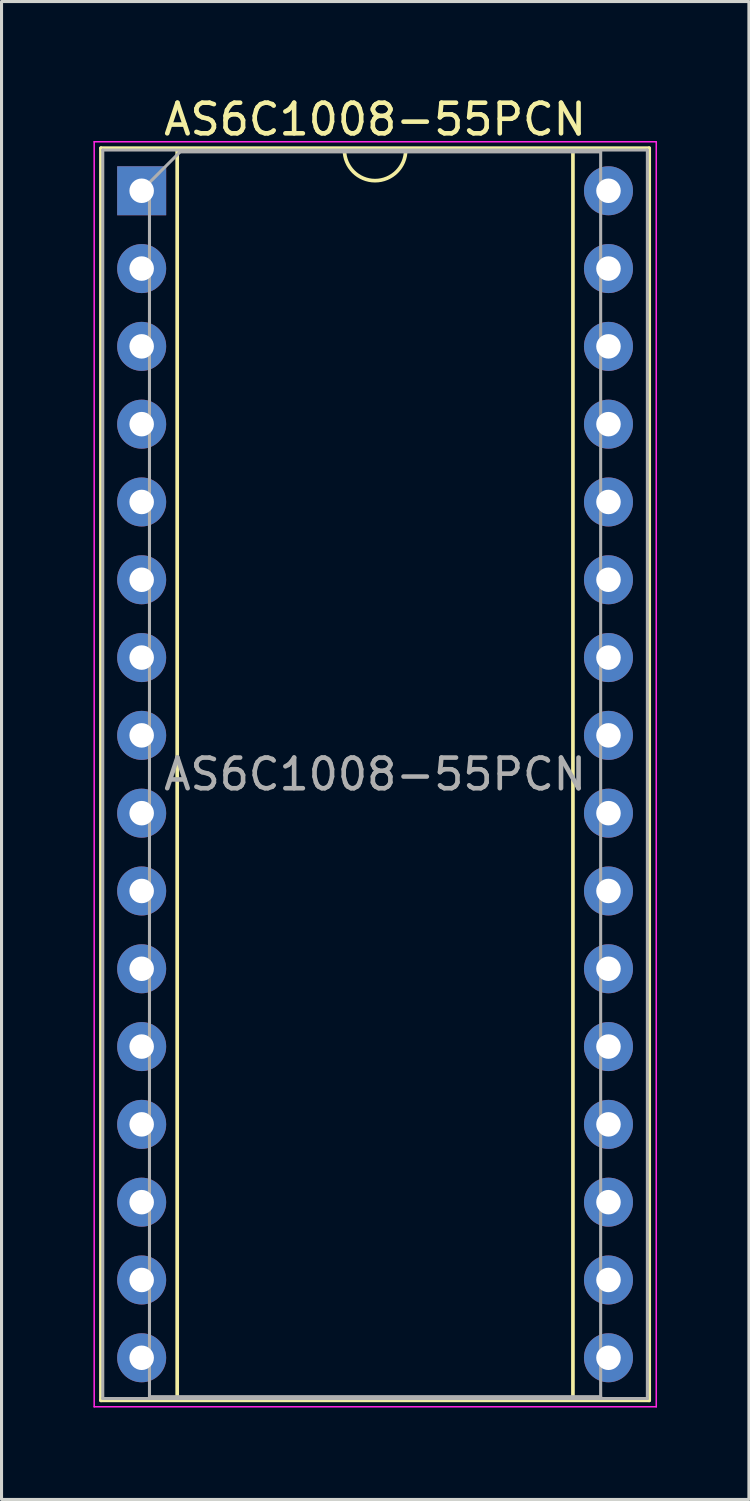
<source format=kicad_pcb>
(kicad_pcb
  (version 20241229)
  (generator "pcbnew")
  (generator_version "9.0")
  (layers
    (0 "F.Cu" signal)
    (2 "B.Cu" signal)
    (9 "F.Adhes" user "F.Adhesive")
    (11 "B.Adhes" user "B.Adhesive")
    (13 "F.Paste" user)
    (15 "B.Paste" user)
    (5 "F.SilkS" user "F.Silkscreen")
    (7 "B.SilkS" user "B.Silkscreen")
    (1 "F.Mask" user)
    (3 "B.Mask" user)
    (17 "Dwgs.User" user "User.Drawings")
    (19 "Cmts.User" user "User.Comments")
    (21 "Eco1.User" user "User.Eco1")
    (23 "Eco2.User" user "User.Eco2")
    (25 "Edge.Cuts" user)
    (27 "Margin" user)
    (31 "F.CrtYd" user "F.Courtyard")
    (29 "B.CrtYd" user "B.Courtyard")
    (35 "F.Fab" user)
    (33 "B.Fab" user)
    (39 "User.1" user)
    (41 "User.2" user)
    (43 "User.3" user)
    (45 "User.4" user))
  (footprint "AS6C1008-55PCN"
    (layer "F.Cu")
    (at 1.575 3.178)
    (property "Reference" "AS6C1008-55PCN" (at 7.62 -2.33 0) (layer "F.SilkS") (effects (font (size 1 1) (thickness 0.15))))
    (attr through_hole)
    (fp_line (start -1.33 -1.39) (end -1.33 39.49) (stroke (width 0.12) (type solid)) (layer "F.SilkS"))
    (fp_line (start -1.33 39.49) (end 16.57 39.49) (stroke (width 0.12) (type solid)) (layer "F.SilkS"))
    (fp_line (start 1.16 -1.33) (end 1.16 39.43) (stroke (width 0.12) (type solid)) (layer "F.SilkS"))
    (fp_line (start 1.16 39.43) (end 14.08 39.43) (stroke (width 0.12) (type solid)) (layer "F.SilkS"))
    (fp_line (start 6.62 -1.33) (end 1.16 -1.33) (stroke (width 0.12) (type solid)) (layer "F.SilkS"))
    (fp_line (start 14.08 -1.33) (end 8.62 -1.33) (stroke (width 0.12) (type solid)) (layer "F.SilkS"))
    (fp_line (start 14.08 39.43) (end 14.08 -1.33) (stroke (width 0.12) (type solid)) (layer "F.SilkS"))
    (fp_line (start 16.57 -1.39) (end -1.33 -1.39) (stroke (width 0.12) (type solid)) (layer "F.SilkS"))
    (fp_line (start 16.57 39.49) (end 16.57 -1.39) (stroke (width 0.12) (type solid)) (layer "F.SilkS"))
    (fp_arc (start 8.62 -1.33) (mid 7.62 -0.33) (end 6.62 -1.33) (stroke (width 0.12) (type solid)) (layer "F.SilkS"))
    (fp_line (start -1.55 -1.6) (end -1.55 39.7) (stroke (width 0.05) (type solid)) (layer "F.CrtYd"))
    (fp_line (start -1.55 39.7) (end 16.8 39.7) (stroke (width 0.05) (type solid)) (layer "F.CrtYd"))
    (fp_line (start 16.8 -1.6) (end -1.55 -1.6) (stroke (width 0.05) (type solid)) (layer "F.CrtYd"))
    (fp_line (start 16.8 39.7) (end 16.8 -1.6) (stroke (width 0.05) (type solid)) (layer "F.CrtYd"))
    (fp_line (start -1.27 -1.33) (end -1.27 39.43) (stroke (width 0.1) (type solid)) (layer "F.Fab"))
    (fp_line (start -1.27 39.43) (end 16.51 39.43) (stroke (width 0.1) (type solid)) (layer "F.Fab"))
    (fp_line (start 0.255 -0.27) (end 1.255 -1.27) (stroke (width 0.1) (type solid)) (layer "F.Fab"))
    (fp_line (start 0.255 39.37) (end 0.255 -0.27) (stroke (width 0.1) (type solid)) (layer "F.Fab"))
    (fp_line (start 1.255 -1.27) (end 14.985 -1.27) (stroke (width 0.1) (type solid)) (layer "F.Fab"))
    (fp_line (start 14.985 -1.27) (end 14.985 39.37) (stroke (width 0.1) (type solid)) (layer "F.Fab"))
    (fp_line (start 14.985 39.37) (end 0.255 39.37) (stroke (width 0.1) (type solid)) (layer "F.Fab"))
    (fp_line (start 16.51 -1.33) (end -1.27 -1.33) (stroke (width 0.1) (type solid)) (layer "F.Fab"))
    (fp_line (start 16.51 39.43) (end 16.51 -1.33) (stroke (width 0.1) (type solid)) (layer "F.Fab"))
    (fp_text user "${REFERENCE}" (at 7.62 19.05 0) (layer "F.Fab") (effects (font (size 1 1) (thickness 0.15))))
    (pad "1" thru_hole rect (at 0 0) (size 1.6 1.6) (drill 0.8) (layers "*.Cu" "*.Mask"))
    (pad "2" thru_hole oval (at 0 2.54) (size 1.6 1.6) (drill 0.8) (layers "*.Cu" "*.Mask"))
    (pad "3" thru_hole oval (at 0 5.08) (size 1.6 1.6) (drill 0.8) (layers "*.Cu" "*.Mask"))
    (pad "4" thru_hole oval (at 0 7.62) (size 1.6 1.6) (drill 0.8) (layers "*.Cu" "*.Mask"))
    (pad "5" thru_hole oval (at 0 10.16) (size 1.6 1.6) (drill 0.8) (layers "*.Cu" "*.Mask"))
    (pad "6" thru_hole oval (at 0 12.7) (size 1.6 1.6) (drill 0.8) (layers "*.Cu" "*.Mask"))
    (pad "7" thru_hole oval (at 0 15.24) (size 1.6 1.6) (drill 0.8) (layers "*.Cu" "*.Mask"))
    (pad "8" thru_hole oval (at 0 17.78) (size 1.6 1.6) (drill 0.8) (layers "*.Cu" "*.Mask"))
    (pad "9" thru_hole oval (at 0 20.32) (size 1.6 1.6) (drill 0.8) (layers "*.Cu" "*.Mask"))
    (pad "10" thru_hole oval (at 0 22.86) (size 1.6 1.6) (drill 0.8) (layers "*.Cu" "*.Mask"))
    (pad "11" thru_hole oval (at 0 25.4) (size 1.6 1.6) (drill 0.8) (layers "*.Cu" "*.Mask"))
    (pad "12" thru_hole oval (at 0 27.94) (size 1.6 1.6) (drill 0.8) (layers "*.Cu" "*.Mask"))
    (pad "13" thru_hole oval (at 0 30.48) (size 1.6 1.6) (drill 0.8) (layers "*.Cu" "*.Mask"))
    (pad "14" thru_hole oval (at 0 33.02) (size 1.6 1.6) (drill 0.8) (layers "*.Cu" "*.Mask"))
    (pad "15" thru_hole oval (at 0 35.56) (size 1.6 1.6) (drill 0.8) (layers "*.Cu" "*.Mask"))
    (pad "16" thru_hole oval (at 0 38.1) (size 1.6 1.6) (drill 0.8) (layers "*.Cu" "*.Mask"))
    (pad "17" thru_hole oval (at 15.24 38.1) (size 1.6 1.6) (drill 0.8) (layers "*.Cu" "*.Mask"))
    (pad "18" thru_hole oval (at 15.24 35.56) (size 1.6 1.6) (drill 0.8) (layers "*.Cu" "*.Mask"))
    (pad "19" thru_hole oval (at 15.24 33.02) (size 1.6 1.6) (drill 0.8) (layers "*.Cu" "*.Mask"))
    (pad "20" thru_hole oval (at 15.24 30.48) (size 1.6 1.6) (drill 0.8) (layers "*.Cu" "*.Mask"))
    (pad "21" thru_hole oval (at 15.24 27.94) (size 1.6 1.6) (drill 0.8) (layers "*.Cu" "*.Mask"))
    (pad "22" thru_hole oval (at 15.24 25.4) (size 1.6 1.6) (drill 0.8) (layers "*.Cu" "*.Mask"))
    (pad "23" thru_hole oval (at 15.24 22.86) (size 1.6 1.6) (drill 0.8) (layers "*.Cu" "*.Mask"))
    (pad "24" thru_hole oval (at 15.24 20.32) (size 1.6 1.6) (drill 0.8) (layers "*.Cu" "*.Mask"))
    (pad "25" thru_hole oval (at 15.24 17.78) (size 1.6 1.6) (drill 0.8) (layers "*.Cu" "*.Mask"))
    (pad "26" thru_hole oval (at 15.24 15.24) (size 1.6 1.6) (drill 0.8) (layers "*.Cu" "*.Mask"))
    (pad "27" thru_hole oval (at 15.24 12.7) (size 1.6 1.6) (drill 0.8) (layers "*.Cu" "*.Mask"))
    (pad "28" thru_hole oval (at 15.24 10.16) (size 1.6 1.6) (drill 0.8) (layers "*.Cu" "*.Mask"))
    (pad "29" thru_hole oval (at 15.24 7.62) (size 1.6 1.6) (drill 0.8) (layers "*.Cu" "*.Mask"))
    (pad "30" thru_hole oval (at 15.24 5.08) (size 1.6 1.6) (drill 0.8) (layers "*.Cu" "*.Mask"))
    (pad "31" thru_hole oval (at 15.24 2.54) (size 1.6 1.6) (drill 0.8) (layers "*.Cu" "*.Mask"))
    (pad "32" thru_hole oval (at 15.24 0) (size 1.6 1.6) (drill 0.8) (layers "*.Cu" "*.Mask")))
  (gr_rect
    (start -3 -3)
    (end 21.4 45.903)
    (stroke (width 0.1) (type default))
    (fill no)
    (layer "Edge.Cuts")))
</source>
